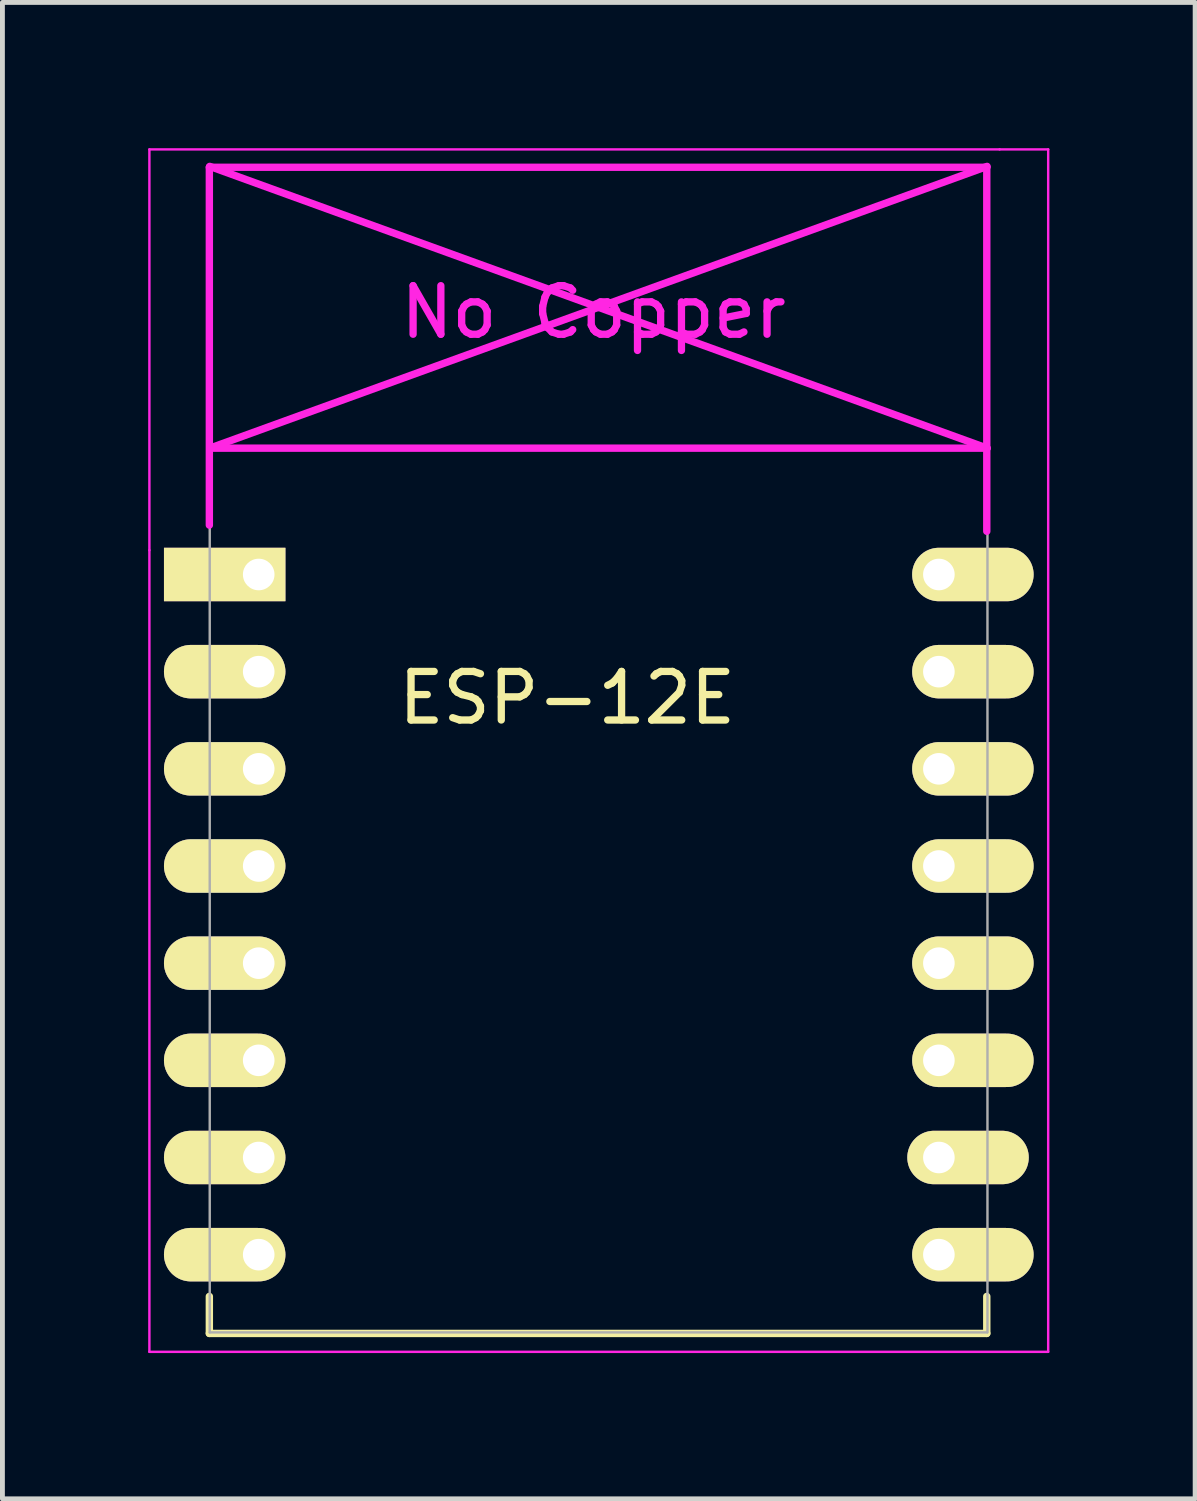
<source format=kicad_pcb>
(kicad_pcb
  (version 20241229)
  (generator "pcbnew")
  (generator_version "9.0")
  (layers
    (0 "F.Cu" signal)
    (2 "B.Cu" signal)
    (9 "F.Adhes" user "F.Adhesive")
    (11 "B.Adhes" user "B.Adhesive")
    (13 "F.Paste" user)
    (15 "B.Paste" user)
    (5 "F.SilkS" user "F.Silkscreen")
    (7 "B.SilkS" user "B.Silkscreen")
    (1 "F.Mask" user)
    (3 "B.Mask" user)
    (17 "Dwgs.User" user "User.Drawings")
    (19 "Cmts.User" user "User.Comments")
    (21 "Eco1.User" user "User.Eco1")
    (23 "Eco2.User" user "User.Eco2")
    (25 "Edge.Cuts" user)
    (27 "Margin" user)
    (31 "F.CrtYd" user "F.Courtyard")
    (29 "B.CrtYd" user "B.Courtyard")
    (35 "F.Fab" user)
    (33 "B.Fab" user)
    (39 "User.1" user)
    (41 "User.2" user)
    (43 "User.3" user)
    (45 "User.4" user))
  (footprint "ESP-12E"
    (placed yes)
    (layer "F.Cu")
    (at 2.275 8.775)
    (property "Reference" "ESP-12E" (at 6.35 2.54 0) (layer "F.SilkS") (effects (font (size 1 1) (thickness 0.15))))
    (attr through_hole)
    (fp_line (start -1.016 14.859) (end -1.016 15.621) (stroke (width 0.152) (type solid)) (layer "F.SilkS"))
    (fp_line (start -1.016 15.621) (end 14.986 15.621) (stroke (width 0.152) (type solid)) (layer "F.SilkS"))
    (fp_line (start 14.986 15.621) (end 14.986 14.859) (stroke (width 0.152) (type solid)) (layer "F.SilkS"))
    (fp_line (start -2.25 -8.75) (end 15.25 -8.75) (stroke (width 0.05) (type solid)) (layer "F.CrtYd"))
    (fp_line (start -2.25 -0.5) (end -2.25 -8.75) (stroke (width 0.05) (type solid)) (layer "F.CrtYd"))
    (fp_line (start -2.25 16) (end -2.25 -0.5) (stroke (width 0.05) (type solid)) (layer "F.CrtYd"))
    (fp_line (start -1.016 -8.382) (end -1.016 -1.016) (stroke (width 0.152) (type solid)) (layer "F.CrtYd"))
    (fp_line (start -1.016 -8.382) (end 14.986 -8.382) (stroke (width 0.152) (type solid)) (layer "F.CrtYd"))
    (fp_line (start -1.008 -8.4) (end 14.992 -2.6) (stroke (width 0.152) (type solid)) (layer "F.CrtYd"))
    (fp_line (start -1.008 -2.6) (end 14.992 -2.6) (stroke (width 0.152) (type solid)) (layer "F.CrtYd"))
    (fp_line (start 14.986 -8.382) (end 14.986 -0.889) (stroke (width 0.152) (type solid)) (layer "F.CrtYd"))
    (fp_line (start 14.992 -8.4) (end -1.008 -2.6) (stroke (width 0.152) (type solid)) (layer "F.CrtYd"))
    (fp_line (start 15.25 -8.75) (end 16.25 -8.75) (stroke (width 0.05) (type solid)) (layer "F.CrtYd"))
    (fp_line (start 16.25 -8.75) (end 16.25 16) (stroke (width 0.05) (type solid)) (layer "F.CrtYd"))
    (fp_line (start 16.25 16) (end -2.25 16) (stroke (width 0.05) (type solid)) (layer "F.CrtYd"))
    (fp_line (start -1.008 -8.4) (end 14.992 -8.4) (stroke (width 0.05) (type solid)) (layer "F.Fab"))
    (fp_line (start -1.008 15.6) (end -1.008 -8.4) (stroke (width 0.05) (type solid)) (layer "F.Fab"))
    (fp_line (start 14.992 15.6) (end -1.008 15.6) (stroke (width 0.05) (type solid)) (layer "F.Fab"))
    (fp_line (start 15 -8.4) (end 15 15.6) (stroke (width 0.05) (type solid)) (layer "F.Fab"))
    (fp_text user "No Copper" (at 6.892 -5.4 0) (layer "F.CrtYd") (effects (font (size 1 1) (thickness 0.15))))
    (pad "1" thru_hole rect (at 0 0) (size 2.5 1.1) (drill 0.65 (offset -0.7 0)) (layers "*.Cu" "*.Mask" "F.SilkS"))
    (pad "2" thru_hole oval (at 0 2) (size 2.5 1.1) (drill 0.65 (offset -0.7 0)) (layers "*.Cu" "*.Mask" "F.SilkS"))
    (pad "3" thru_hole oval (at 0 4) (size 2.5 1.1) (drill 0.65 (offset -0.7 0)) (layers "*.Cu" "*.Mask" "F.SilkS"))
    (pad "4" thru_hole oval (at 0 6) (size 2.5 1.1) (drill 0.65 (offset -0.7 0)) (layers "*.Cu" "*.Mask" "F.SilkS"))
    (pad "5" thru_hole oval (at 0 8) (size 2.5 1.1) (drill 0.65 (offset -0.7 0)) (layers "*.Cu" "*.Mask" "F.SilkS"))
    (pad "6" thru_hole oval (at 0 10) (size 2.5 1.1) (drill 0.65 (offset -0.7 0)) (layers "*.Cu" "*.Mask" "F.SilkS"))
    (pad "7" thru_hole oval (at 0 12) (size 2.5 1.1) (drill 0.65 (offset -0.7 0)) (layers "*.Cu" "*.Mask" "F.SilkS"))
    (pad "8" thru_hole oval (at 0 14) (size 2.5 1.1) (drill 0.65 (offset -0.7 0)) (layers "*.Cu" "*.Mask" "F.SilkS"))
    (pad "9" thru_hole oval (at 14 14) (size 2.5 1.1) (drill 0.65 (offset 0.7 0)) (layers "*.Cu" "*.Mask" "F.SilkS"))
    (pad "10" thru_hole oval (at 14 12) (size 2.5 1.1) (drill 0.65 (offset 0.6 0)) (layers "*.Cu" "*.Mask" "F.SilkS"))
    (pad "11" thru_hole oval (at 14 10) (size 2.5 1.1) (drill 0.65 (offset 0.7 0)) (layers "*.Cu" "*.Mask" "F.SilkS"))
    (pad "12" thru_hole oval (at 14 8) (size 2.5 1.1) (drill 0.65 (offset 0.7 0)) (layers "*.Cu" "*.Mask" "F.SilkS"))
    (pad "13" thru_hole oval (at 14 6) (size 2.5 1.1) (drill 0.65 (offset 0.7 0)) (layers "*.Cu" "*.Mask" "F.SilkS"))
    (pad "14" thru_hole oval (at 14 4) (size 2.5 1.1) (drill 0.65 (offset 0.7 0)) (layers "*.Cu" "*.Mask" "F.SilkS"))
    (pad "15" thru_hole oval (at 14 2) (size 2.5 1.1) (drill 0.65 (offset 0.7 0)) (layers "*.Cu" "*.Mask" "F.SilkS"))
    (pad "16" thru_hole oval (at 14 0) (size 2.5 1.1) (drill 0.65 (offset 0.7 0)) (layers "*.Cu" "*.Mask" "F.SilkS")))
  (gr_rect
    (start -3 -3)
    (end 21.55 27.8)
    (stroke (width 0.1) (type default))
    (fill no)
    (layer "Edge.Cuts")))
</source>
